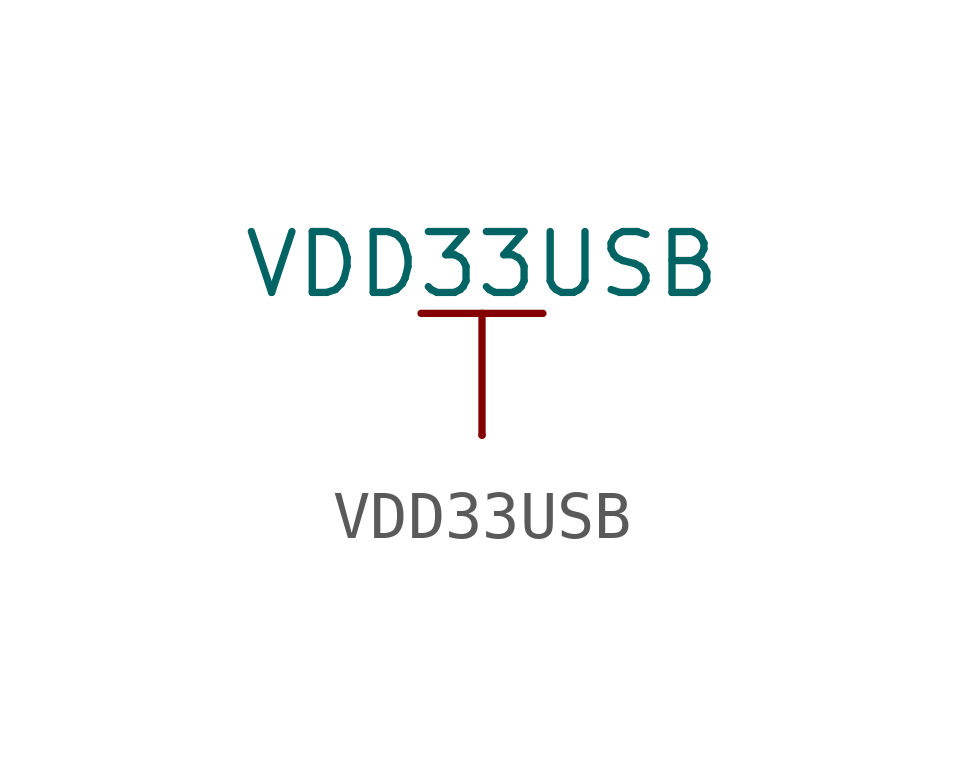
<source format=kicad_sym>
(kicad_symbol_lib
  (version 20241209)
  (generator "kicad_symbol_editor")
  (generator_version "9.0")
  (symbol "VDD33USB"
    (power)
    (pin_numbers
      (hide yes))
    (pin_names
      (offset 0)
      (hide yes))
    (property "Reference" "#PWR"
      (at 0 0 0)
      (effects (font (size 1.27 1.27)) (hide yes)))
    (property "Value" "VDD33USB"
      (at 0 3.556 0)
      (do_not_autoplace)
      (effects (font (size 1.27 1.27))))
    (symbol "VDD33USB_0_1"
      (polyline (pts (xy -1.27 2.54) (xy 0 2.54)) (stroke (width 0) (type default)) (fill (type none)))
      (polyline (pts (xy 0 2.54) (xy 1.27 2.54)) (stroke (width 0) (type default)) (fill (type none)))
      (polyline (pts (xy 0 0) (xy 0 2.54)) (stroke (width 0) (type default)) (fill (type none))))
    (symbol "VDD33USB_1_1"
      (pin power_in line (at 0 0 90) (length 0) (name "~" (effects (font (size 1.27 1.27)))) (number "1" (effects (font (size 1.27 1.27))))))))
</source>
